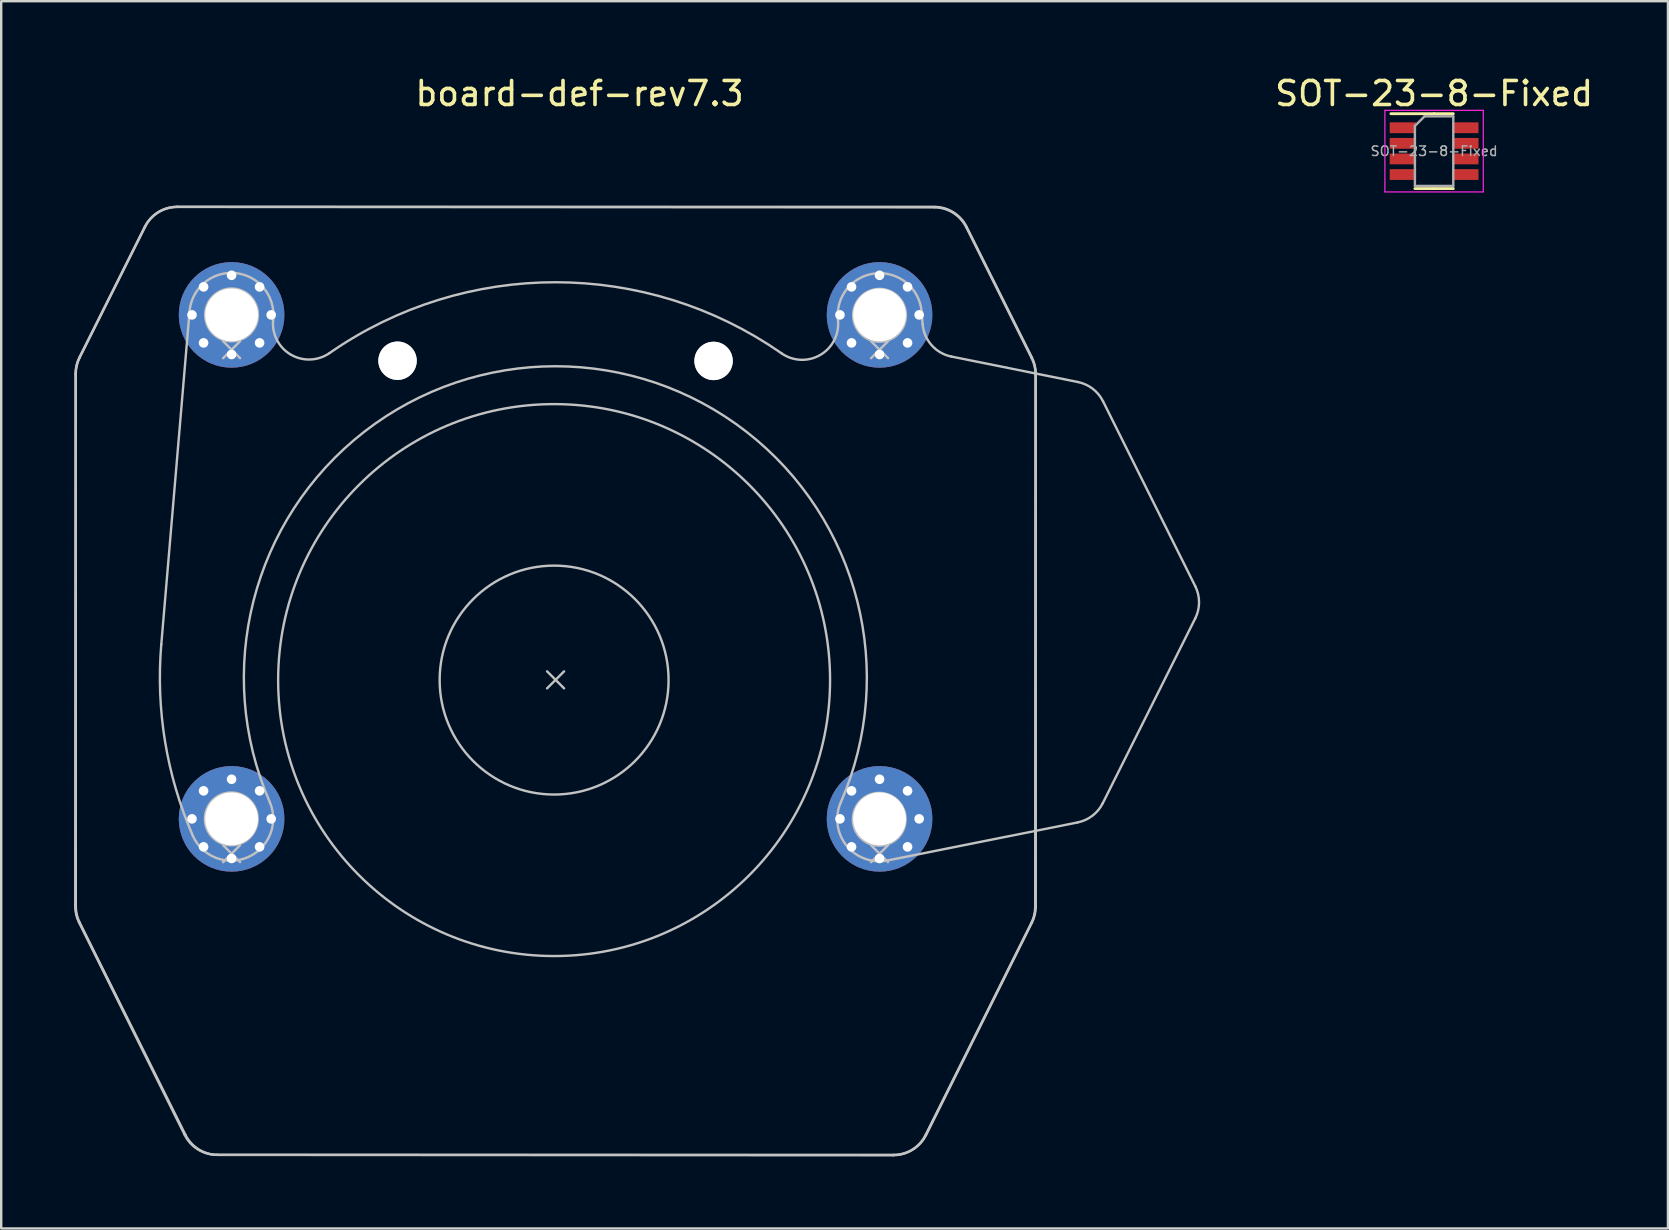
<source format=kicad_pcb>
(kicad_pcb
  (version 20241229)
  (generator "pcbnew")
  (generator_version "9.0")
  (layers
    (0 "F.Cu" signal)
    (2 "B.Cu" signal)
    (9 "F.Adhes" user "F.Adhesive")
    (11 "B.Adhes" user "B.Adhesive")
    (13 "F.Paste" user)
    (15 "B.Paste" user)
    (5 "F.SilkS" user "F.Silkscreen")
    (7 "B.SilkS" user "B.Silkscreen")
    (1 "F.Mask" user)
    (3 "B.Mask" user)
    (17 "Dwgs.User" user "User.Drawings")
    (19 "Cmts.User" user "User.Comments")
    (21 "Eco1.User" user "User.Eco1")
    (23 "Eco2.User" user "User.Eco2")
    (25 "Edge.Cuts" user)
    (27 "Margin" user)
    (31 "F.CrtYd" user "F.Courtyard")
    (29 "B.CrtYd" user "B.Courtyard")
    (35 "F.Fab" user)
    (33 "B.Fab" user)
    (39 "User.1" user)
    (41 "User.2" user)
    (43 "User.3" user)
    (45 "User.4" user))
  (footprint "SOT-23-8-Fixed"
    (layer "F.Cu")
    (at 56.707 3.248)
    (property "Reference" "SOT-23-8-Fixed" (at 0 -2.4 0) (layer "F.SilkS") (effects (font (size 1 1) (thickness 0.15))))
    (attr smd)
    (fp_line (start 0 -1.56) (end -1.8 -1.56) (stroke (width 0.12) (type solid)) (layer "F.SilkS"))
    (fp_line (start 0 -1.56) (end 0.8 -1.56) (stroke (width 0.12) (type solid)) (layer "F.SilkS"))
    (fp_line (start 0 1.56) (end -0.8 1.56) (stroke (width 0.12) (type solid)) (layer "F.SilkS"))
    (fp_line (start 0 1.56) (end 0.8 1.56) (stroke (width 0.12) (type solid)) (layer "F.SilkS"))
    (fp_line (start -2.05 -1.7) (end -2.05 1.7) (stroke (width 0.05) (type solid)) (layer "F.CrtYd"))
    (fp_line (start -2.05 1.7) (end 2.05 1.7) (stroke (width 0.05) (type solid)) (layer "F.CrtYd"))
    (fp_line (start 2.05 -1.7) (end -2.05 -1.7) (stroke (width 0.05) (type solid)) (layer "F.CrtYd"))
    (fp_line (start 2.05 1.7) (end 2.05 -1.7) (stroke (width 0.05) (type solid)) (layer "F.CrtYd"))
    (fp_line (start -0.8 -1.05) (end -0.4 -1.45) (stroke (width 0.1) (type solid)) (layer "F.Fab"))
    (fp_line (start -0.8 1.45) (end -0.8 -1.05) (stroke (width 0.1) (type solid)) (layer "F.Fab"))
    (fp_line (start -0.4 -1.45) (end 0.8 -1.45) (stroke (width 0.1) (type solid)) (layer "F.Fab"))
    (fp_line (start 0.8 -1.45) (end 0.8 1.45) (stroke (width 0.1) (type solid)) (layer "F.Fab"))
    (fp_line (start 0.8 1.45) (end -0.8 1.45) (stroke (width 0.1) (type solid)) (layer "F.Fab"))
    (fp_text user "${REFERENCE}" (at 0 0 0) (layer "F.Fab") (effects (font (size 0.4 0.4) (thickness 0.06))))
    (pad "1" smd rect (at -1.3 -0.975) (size 1.1 0.45) (layers "F.Cu" "F.Mask" "F.Paste"))
    (pad "2" smd rect (at -1.3 -0.325) (size 1.1 0.45) (layers "F.Cu" "F.Mask" "F.Paste"))
    (pad "3" smd rect (at -1.3 0.325) (size 1.1 0.45) (layers "F.Cu" "F.Mask" "F.Paste"))
    (pad "4" smd rect (at -1.3 0.975) (size 1.1 0.45) (layers "F.Cu" "F.Mask" "F.Paste"))
    (pad "5" smd rect (at 1.3 0.975) (size 1.1 0.45) (layers "F.Cu" "F.Mask" "F.Paste"))
    (pad "6" smd rect (at 1.3 0.325) (size 1.1 0.45) (layers "F.Cu" "F.Mask" "F.Paste"))
    (pad "7" smd rect (at 1.3 -0.325) (size 1.1 0.45) (layers "F.Cu" "F.Mask" "F.Paste"))
    (pad "8" smd rect (at 1.3 -0.975) (size 1.1 0.45) (layers "F.Cu" "F.Mask" "F.Paste")))
  (footprint "board-def-rev7.3"
    (layer "F.Cu")
    (at 20.1 20.348)
    (property "Reference" "board-def-rev7.3" (at 1 -19.5 0) (unlocked yes) (layer "F.SilkS") (effects (font (size 1 1) (thickness 0.15))))
    (fp_line (start -20 11.204) (end -20 -7.823) (stroke (width 0.2) (type solid)) (layer "B.Mask"))
    (fp_line (start -20 -7.856) (end -16.495 -8.559) (stroke (width 0.2) (type solid)) (layer "B.Mask"))
    (fp_line (start -15.231 12.161) (end -20 11.204) (stroke (width 0.2) (type solid)) (layer "B.Mask"))
    (fp_line (start 15.231 12.161) (end 20 11.204) (stroke (width 0.2) (type solid)) (layer "B.Mask"))
    (fp_line (start 20 -7.856) (end 16.495 -8.559) (stroke (width 0.2) (type solid)) (layer "B.Mask"))
    (fp_line (start 20 11.204) (end 20 -7.823) (stroke (width 0.2) (type solid)) (layer "B.Mask"))
    (fp_arc (start -15.504768 -9.255448) (mid -15.926354 -8.802664) (end -16.494817 -8.558538) (stroke (width 0.2) (type solid)) (layer "B.Mask"))
    (fp_arc (start -15.504768 -9.255448) (mid -13.434456 -12.525967) (end -11.558123 -9.140431) (stroke (width 0.2) (type solid)) (layer "B.Mask"))
    (fp_arc (start -12.371274 8.780971) (mid -11.445075 9.823387) (end -11.31099 11.21137) (stroke (width 0.2) (type solid)) (layer "B.Mask"))
    (fp_arc (start -12.363907 8.780969) (mid -11.784117 12.178497) (end -15.230714 12.160831) (stroke (width 0.2) (type solid)) (layer "B.Mask"))
    (fp_arc (start -12.363907 8.780969) (mid -10.480462 -2.821998) (end -0.000001 -8.145168) (stroke (width 0.2) (type solid)) (layer "B.Mask"))
    (fp_arc (start -9.418665 -8.688178) (mid -10.586236 -8.451445) (end -11.558123 -9.140431) (stroke (width 0.2) (type solid)) (layer "B.Mask"))
    (fp_arc (start -9.418665 -8.688178) (mid -4.935967 -10.888551) (end -0.000001 -11.645168) (stroke (width 0.2) (type solid)) (layer "B.Mask"))
    (fp_arc (start -0.000001 -11.645168) (mid 4.935965 -10.888551) (end 9.418663 -8.688178) (stroke (width 0.2) (type solid)) (layer "B.Mask"))
    (fp_arc (start -0.000001 -8.145168) (mid 10.48046 -2.821998) (end 12.363905 8.780969) (stroke (width 0.2) (type solid)) (layer "B.Mask"))
    (fp_arc (start 11.558121 -9.140431) (mid 10.586235 -8.451445) (end 9.418663 -8.688178) (stroke (width 0.2) (type solid)) (layer "B.Mask"))
    (fp_arc (start 11.558121 -9.140431) (mid 13.434455 -12.525968) (end 15.504766 -9.255448) (stroke (width 0.2) (type solid)) (layer "B.Mask"))
    (fp_arc (start 15.230712 12.160831) (mid 11.784115 12.178496) (end 12.363905 8.780969) (stroke (width 0.2) (type solid)) (layer "B.Mask"))
    (fp_arc (start 16.494815 -8.558538) (mid 15.926353 -8.802665) (end 15.504766 -9.255448) (stroke (width 0.2) (type solid)) (layer "B.Mask"))
    (fp_poly (pts (xy -20 11.204) (xy -15.231 12.161) (xy -12.371 8.781) (xy -12.9 6.8) (xy -13 4) (xy -12.5 1.3) (xy -11.5 -1.2) (xy -10.3 -3) (xy -8.8 -4.7) (xy -6.6 -6.4) (xy -4.4 -7.4) (xy -2.1 -8) (xy 0.2 -8.1) (xy 1.9 -8) (xy 3.8 -7.6) (xy 5.7 -6.8) (xy 7.9 -5.5) (xy 10 -3.5) (xy 11.4 -1.3) (xy 12.5 1.1) (xy 12.9 3.7) (xy 13 5.8) (xy 12.7 7.4) (xy 12.364 8.781) (xy 15.231 12.161) (xy 20 11.204) (xy 20 -7.823) (xy 16.495 -8.559) (xy 15.8 -8.9) (xy 15.505 -9.255) (xy 11.558 -9.14) (xy 11.3 -8.8) (xy 10.586 -8.451) (xy 9.8 -8.5) (xy 8.6 -9.2) (xy 6.2 -10.4) (xy 3.5 -11.2) (xy 0.4 -11.6) (xy -2.2 -11.5) (xy -4.6 -11) (xy -7.6 -9.8) (xy -9.2 -8.8) (xy -10.1 -8.4) (xy -10.9 -8.5) (xy -11.558 -9.14) (xy -15.505 -9.255) (xy -15.926 -8.803) (xy -16.9 -8.5) (xy -20 -7.856)) (stroke (width 0.1) (type solid)) (fill yes) (layer "B.Mask"))
    (fp_line (start -20.015 14.38) (end -20.001 -7.827) (stroke (width 0.1) (type solid)) (layer "Dwgs.User"))
    (fp_line (start -19.858 15.035) (end -15.453 23.891) (stroke (width 0.1) (type solid)) (layer "Dwgs.User"))
    (fp_line (start -19.843 -8.498) (end -17.112 -13.95) (stroke (width 0.1) (type solid)) (layer "Dwgs.User"))
    (fp_line (start -16.429 3.448) (end -15.251 -10.425) (stroke (width 0.1) (type solid)) (layer "Dwgs.User"))
    (fp_line (start -13.854 -9.18) (end -13.146 -8.473) (stroke (width 0.1) (type solid)) (layer "Dwgs.User"))
    (fp_line (start -13.854 11.82) (end -13.146 12.527) (stroke (width 0.1) (type solid)) (layer "Dwgs.User"))
    (fp_line (start -13.146 -9.18) (end -13.854 -8.473) (stroke (width 0.1) (type solid)) (layer "Dwgs.User"))
    (fp_line (start -13.146 11.82) (end -13.854 12.527) (stroke (width 0.1) (type solid)) (layer "Dwgs.User"))
    (fp_line (start -11.764 -10.129) (end -11.771 -10.044) (stroke (width 0.1) (type solid)) (layer "Dwgs.User"))
    (fp_line (start -0.354 4.577) (end 0.354 5.285) (stroke (width 0.1) (type solid)) (layer "Dwgs.User"))
    (fp_line (start -0.354 5.285) (end 0.354 4.577) (stroke (width 0.1) (type solid)) (layer "Dwgs.User"))
    (fp_line (start 11.771 -10.03) (end 11.763 -10.115) (stroke (width 0.1) (type solid)) (layer "Dwgs.User"))
    (fp_line (start 13.146 -9.18) (end 13.854 -8.473) (stroke (width 0.1) (type solid)) (layer "Dwgs.User"))
    (fp_line (start 13.146 11.82) (end 13.854 12.527) (stroke (width 0.1) (type solid)) (layer "Dwgs.User"))
    (fp_line (start 13.854 -9.18) (end 13.146 -8.473) (stroke (width 0.1) (type solid)) (layer "Dwgs.User"))
    (fp_line (start 13.854 11.82) (end 13.146 12.527) (stroke (width 0.1) (type solid)) (layer "Dwgs.User"))
    (fp_line (start 14.068 24.74) (end -14.111 24.723) (stroke (width 0.1) (type solid)) (layer "Dwgs.User"))
    (fp_line (start 15.251 -10.406) (end 15.295 -9.886) (stroke (width 0.1) (type solid)) (layer "Dwgs.User"))
    (fp_line (start 15.776 -14.759) (end -15.77 -14.778) (stroke (width 0.1) (type solid)) (layer "Dwgs.User"))
    (fp_line (start 16.494 -8.54) (end 21.764 -7.48) (stroke (width 0.1) (type solid)) (layer "Dwgs.User"))
    (fp_line (start 19.827 15.059) (end 15.411 23.91) (stroke (width 0.1) (type solid)) (layer "Dwgs.User"))
    (fp_line (start 19.841 -8.473) (end 17.117 -13.929) (stroke (width 0.1) (type solid)) (layer "Dwgs.User"))
    (fp_line (start 19.985 14.404) (end 19.998 -7.802) (stroke (width 0.1) (type solid)) (layer "Dwgs.User"))
    (fp_line (start 21.753 10.872) (end 13.83 12.456) (stroke (width 0.1) (type solid)) (layer "Dwgs.User"))
    (fp_line (start 22.811 -6.679) (end 26.655 1.029) (stroke (width 0.1) (type solid)) (layer "Dwgs.User"))
    (fp_line (start 26.654 2.369) (end 22.8 10.072) (stroke (width 0.1) (type solid)) (layer "Dwgs.User"))
    (fp_arc (start -20.001498 -7.826776) (mid -19.961164 -8.171385) (end -19.842724 -8.497504) (stroke (width 0.1) (type solid)) (layer "Dwgs.User"))
    (fp_arc (start -19.858106 15.034998) (mid -19.973802 14.716441) (end -20.015045 14.380043) (stroke (width 0.1) (type solid)) (layer "Dwgs.User"))
    (fp_arc (start -17.112345 -13.949941) (mid -16.558928 -14.554761) (end -15.770198 -14.778301) (stroke (width 0.1) (type solid)) (layer "Dwgs.User"))
    (fp_arc (start -15.2511 -10.424969) (mid -13.359335 -12.020646) (end -11.763647 -10.128882) (stroke (width 0.1) (type solid)) (layer "Dwgs.User"))
    (fp_arc (start -15.117247 11.421858) (mid -16.269468 7.516468) (end -16.428905 3.447774) (stroke (width 0.1) (type solid)) (layer "Dwgs.User"))
    (fp_arc (start -14.110614 24.722704) (mid -14.899992 24.497647) (end -15.452701 23.890794) (stroke (width 0.1) (type solid)) (layer "Dwgs.User"))
    (fp_arc (start -11.908383 10.024292) (mid -12.814033 12.327456) (end -15.117247 11.421858) (stroke (width 0.1) (type solid)) (layer "Dwgs.User"))
    (fp_arc (start -11.908383 10.024292) (mid -0.001317 -8.136924) (end 11.883602 10.038805) (stroke (width 0.1) (type solid)) (layer "Dwgs.User"))
    (fp_arc (start -9.419639 -8.685688) (mid -11.026571 -8.618177) (end -11.770858 -10.043941) (stroke (width 0.1) (type solid)) (layer "Dwgs.User"))
    (fp_arc (start -9.419639 -8.685688) (mid 0.000827 -11.636932) (end 9.417686 -8.674198) (stroke (width 0.1) (type solid)) (layer "Dwgs.User"))
    (fp_arc (start 11.763451 -10.114531) (mid 13.361443 -12.004354) (end 15.251264 -10.406363) (stroke (width 0.1) (type solid)) (layer "Dwgs.User"))
    (fp_arc (start 11.77056 -10.029581) (mid 11.024517 -8.604778) (end 9.417686 -8.674198) (stroke (width 0.1) (type solid)) (layer "Dwgs.User"))
    (fp_arc (start 13.830242 12.455589) (mid 12.124302 11.837298) (end 11.883602 10.038805) (stroke (width 0.1) (type solid)) (layer "Dwgs.User"))
    (fp_arc (start 15.411002 23.909623) (mid 14.857543 24.51579) (end 14.067901 24.739895) (stroke (width 0.1) (type solid)) (layer "Dwgs.User"))
    (fp_arc (start 15.775694 -14.759056) (mid 16.56414 -14.534539) (end 17.116813 -13.92906) (stroke (width 0.1) (type solid)) (layer "Dwgs.User"))
    (fp_arc (start 16.493758 -8.540241) (mid 15.669718 -9.012856) (end 15.294828 -9.885706) (stroke (width 0.1) (type solid)) (layer "Dwgs.User"))
    (fp_arc (start 19.840538 -8.473296) (mid 19.958563 -8.147029) (end 19.998493 -7.802374) (stroke (width 0.1) (type solid)) (layer "Dwgs.User"))
    (fp_arc (start 19.984946 14.404445) (mid 19.9433 14.740794) (end 19.827207 15.059208) (stroke (width 0.1) (type solid)) (layer "Dwgs.User"))
    (fp_arc (start 21.764208 -7.479914) (mid 22.380093 -7.200491) (end 22.810635 -6.678932) (stroke (width 0.1) (type solid)) (layer "Dwgs.User"))
    (fp_arc (start 22.800417 10.072008) (mid 22.369238 10.59304) (end 21.753014 10.871712) (stroke (width 0.1) (type solid)) (layer "Dwgs.User"))
    (fp_arc (start 26.655265 1.028514) (mid 26.812991 1.698982) (end 26.654447 2.369257) (stroke (width 0.1) (type solid)) (layer "Dwgs.User"))
    (fp_circle (center -13.513 10.723) (end -14.496 10.231) (stroke (width 0.1) (type solid)) (fill no) (layer "Dwgs.User"))
    (fp_circle (center -13.5 -10.277) (end -14.484 -10.769) (stroke (width 0.1) (type solid)) (fill no) (layer "Dwgs.User"))
    (fp_circle (center -6.585 -8.367) (end -7.256 -8.703) (stroke (width 0.1) (type solid)) (fill no) (layer "Dwgs.User"))
    (fp_circle (center -0.061 4.94) (end -10.343 -0.209) (stroke (width 0.1) (type solid)) (fill no) (layer "Dwgs.User"))
    (fp_circle (center -0.061 4.94) (end -4.326 2.805) (stroke (width 0.1) (type solid)) (fill no) (layer "Dwgs.User"))
    (fp_circle (center 6.583 -8.359) (end 5.912 -8.695) (stroke (width 0.1) (type solid)) (fill no) (layer "Dwgs.User"))
    (fp_circle (center 13.487 10.74) (end 12.504 10.247) (stroke (width 0.1) (type solid)) (fill no) (layer "Dwgs.User"))
    (fp_circle (center 13.5 -10.26) (end 12.516 -10.753) (stroke (width 0.1) (type solid)) (fill no) (layer "Dwgs.User"))
    (fp_line (start -19.993 14.384) (end -19.993 -7.823) (stroke (width 0.1) (type solid)) (layer "Edge.Cuts"))
    (fp_line (start -19.835 15.039) (end -15.424 23.892) (stroke (width 0.1) (type solid)) (layer "Edge.Cuts"))
    (fp_line (start -19.834 -8.494) (end -17.107 -13.948) (stroke (width 0.1) (type solid)) (layer "Edge.Cuts"))
    (fp_line (start 14.097 24.723) (end -14.082 24.723) (stroke (width 0.1) (type solid)) (layer "Edge.Cuts"))
    (fp_line (start 15.78 -14.777) (end -15.766 -14.777) (stroke (width 0.1) (type solid)) (layer "Edge.Cuts"))
    (fp_line (start 19.849 -8.494) (end 17.122 -13.948) (stroke (width 0.1) (type solid)) (layer "Edge.Cuts"))
    (fp_line (start 19.85 15.039) (end 15.439 23.892) (stroke (width 0.1) (type solid)) (layer "Edge.Cuts"))
    (fp_line (start 20.007 14.384) (end 20.007 -7.823) (stroke (width 0.1) (type solid)) (layer "Edge.Cuts"))
    (fp_arc (start -19.992633 -7.822813) (mid -19.952509 -8.167446) (end -19.834268 -8.493638) (stroke (width 0.1) (type solid)) (layer "Edge.Cuts"))
    (fp_arc (start -19.835295 15.03887) (mid -19.951189 14.720384) (end -19.992635 14.384011) (stroke (width 0.1) (type solid)) (layer "Edge.Cuts"))
    (fp_arc (start -17.107215 -13.947739) (mid -16.554183 -14.552913) (end -15.765575 -14.776917) (stroke (width 0.1) (type solid)) (layer "Edge.Cuts"))
    (fp_arc (start -14.081896 24.723068) (mid -14.871403 24.498486) (end -15.424491 23.891977) (stroke (width 0.1) (type solid)) (layer "Edge.Cuts"))
    (fp_arc (start 15.439218 23.89198) (mid 14.886126 24.498481) (end 14.096624 24.723071) (stroke (width 0.1) (type solid)) (layer "Edge.Cuts"))
    (fp_arc (start 15.780309 -14.776914) (mid 16.568898 -14.552881) (end 17.121949 -13.947736) (stroke (width 0.1) (type solid)) (layer "Edge.Cuts"))
    (fp_arc (start 19.849001 -8.493635) (mid 19.967238 -8.167426) (end 20.007366 -7.822779) (stroke (width 0.1) (type solid)) (layer "Edge.Cuts"))
    (fp_arc (start 20.007364 14.384014) (mid 19.965922 14.720388) (end 19.850025 15.038873) (stroke (width 0.1) (type solid)) (layer "Edge.Cuts"))
    (pad "" np_thru_hole circle (at -6.585 -8.367) (size 1.6 1.6) (drill 1.6) (layers "*.Cu" "*.Mask"))
    (pad "" np_thru_hole circle (at 6.583 -8.359) (size 1.6 1.6) (drill 1.6) (layers "*.Cu" "*.Mask"))
    (pad "1" thru_hole circle (at -15.15 -10.277) (size 0.7 0.7) (drill 0.4) (layers "*.Cu" "*.Mask"))
    (pad "1" thru_hole circle (at -15.15 10.723) (size 0.7 0.7) (drill 0.4) (layers "*.Cu" "*.Mask"))
    (pad "1" thru_hole circle (at -14.667 -11.444) (size 0.7 0.7) (drill 0.4) (layers "*.Cu" "*.Mask"))
    (pad "1" thru_hole circle (at -14.667 -9.11) (size 0.7 0.7) (drill 0.4) (layers "*.Cu" "*.Mask"))
    (pad "1" thru_hole circle (at -14.667 9.556) (size 0.7 0.7) (drill 0.4) (layers "*.Cu" "*.Mask"))
    (pad "1" thru_hole circle (at -14.667 11.89) (size 0.7 0.7) (drill 0.4) (layers "*.Cu" "*.Mask"))
    (pad "1" thru_hole circle (at -13.5 -11.927) (size 0.7 0.7) (drill 0.4) (layers "*.Cu" "*.Mask"))
    (pad "1" thru_hole circle (at -13.5 -10.277) (size 4.4 4.4) (drill 2.2) (layers "*.Cu" "*.Mask"))
    (pad "1" thru_hole circle (at -13.5 -8.627) (size 0.7 0.7) (drill 0.4) (layers "*.Cu" "*.Mask"))
    (pad "1" thru_hole circle (at -13.5 9.073) (size 0.7 0.7) (drill 0.4) (layers "*.Cu" "*.Mask"))
    (pad "1" thru_hole circle (at -13.5 10.723) (size 4.4 4.4) (drill 2.2) (layers "*.Cu" "*.Mask"))
    (pad "1" thru_hole circle (at -13.5 12.373) (size 0.7 0.7) (drill 0.4) (layers "*.Cu" "*.Mask"))
    (pad "1" thru_hole circle (at -12.333 -11.444) (size 0.7 0.7) (drill 0.4) (layers "*.Cu" "*.Mask"))
    (pad "1" thru_hole circle (at -12.333 -9.11) (size 0.7 0.7) (drill 0.4) (layers "*.Cu" "*.Mask"))
    (pad "1" thru_hole circle (at -12.333 9.556) (size 0.7 0.7) (drill 0.4) (layers "*.Cu" "*.Mask"))
    (pad "1" thru_hole circle (at -12.333 11.89) (size 0.7 0.7) (drill 0.4) (layers "*.Cu" "*.Mask"))
    (pad "1" thru_hole circle (at -11.85 -10.277) (size 0.7 0.7) (drill 0.4) (layers "*.Cu" "*.Mask"))
    (pad "1" thru_hole circle (at -11.85 10.723) (size 0.7 0.7) (drill 0.4) (layers "*.Cu" "*.Mask"))
    (pad "1" thru_hole circle (at 11.85 -10.277) (size 0.7 0.7) (drill 0.4) (layers "*.Cu" "*.Mask"))
    (pad "1" thru_hole circle (at 11.85 10.723) (size 0.7 0.7) (drill 0.4) (layers "*.Cu" "*.Mask"))
    (pad "1" thru_hole circle (at 12.333 -11.444) (size 0.7 0.7) (drill 0.4) (layers "*.Cu" "*.Mask"))
    (pad "1" thru_hole circle (at 12.333 -9.11) (size 0.7 0.7) (drill 0.4) (layers "*.Cu" "*.Mask"))
    (pad "1" thru_hole circle (at 12.333 9.556) (size 0.7 0.7) (drill 0.4) (layers "*.Cu" "*.Mask"))
    (pad "1" thru_hole circle (at 12.333 11.89) (size 0.7 0.7) (drill 0.4) (layers "*.Cu" "*.Mask"))
    (pad "1" thru_hole circle (at 13.5 -11.927) (size 0.7 0.7) (drill 0.4) (layers "*.Cu" "*.Mask"))
    (pad "1" thru_hole circle (at 13.5 -10.277) (size 4.4 4.4) (drill 2.2) (layers "*.Cu" "*.Mask"))
    (pad "1" thru_hole circle (at 13.5 -8.627) (size 0.7 0.7) (drill 0.4) (layers "*.Cu" "*.Mask"))
    (pad "1" thru_hole circle (at 13.5 9.073) (size 0.7 0.7) (drill 0.4) (layers "*.Cu" "*.Mask"))
    (pad "1" thru_hole circle (at 13.5 10.723) (size 4.4 4.4) (drill 2.2) (layers "*.Cu" "*.Mask"))
    (pad "1" thru_hole circle (at 13.5 12.373) (size 0.7 0.7) (drill 0.4) (layers "*.Cu" "*.Mask"))
    (pad "1" thru_hole circle (at 14.667 -11.444) (size 0.7 0.7) (drill 0.4) (layers "*.Cu" "*.Mask"))
    (pad "1" thru_hole circle (at 14.667 -9.11) (size 0.7 0.7) (drill 0.4) (layers "*.Cu" "*.Mask"))
    (pad "1" thru_hole circle (at 14.667 9.556) (size 0.7 0.7) (drill 0.4) (layers "*.Cu" "*.Mask"))
    (pad "1" thru_hole circle (at 14.667 11.89) (size 0.7 0.7) (drill 0.4) (layers "*.Cu" "*.Mask"))
    (pad "1" thru_hole circle (at 15.15 -10.277) (size 0.7 0.7) (drill 0.4) (layers "*.Cu" "*.Mask"))
    (pad "1" thru_hole circle (at 15.15 10.723) (size 0.7 0.7) (drill 0.4) (layers "*.Cu" "*.Mask")))
  (gr_rect
    (start -3 -3)
    (end 66.451 48.138)
    (stroke (width 0.1) (type default))
    (fill no)
    (layer "Edge.Cuts")))
</source>
